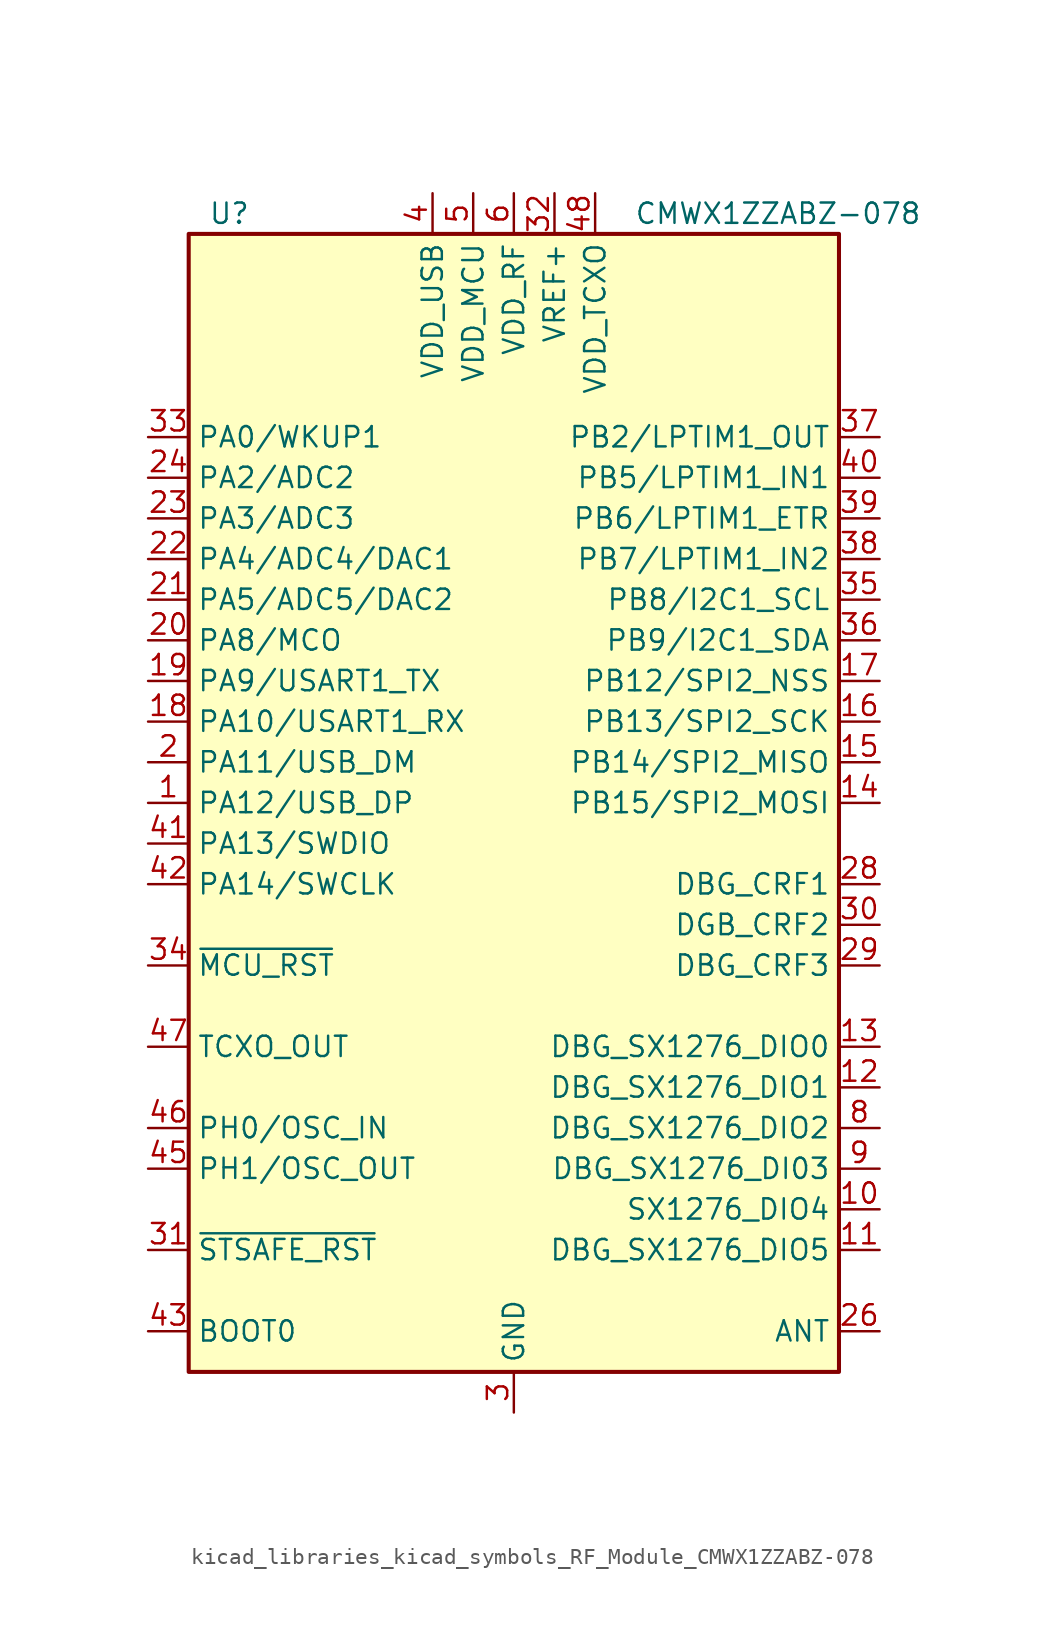
<source format=kicad_sym>
(kicad_symbol_lib
  (version 20220914)
  (generator kicad_symbol_editor)
  (symbol "kicad_libraries_kicad_symbols_RF_Module_CMWX1ZZABZ-078"
    (property "Reference" "U"
      (at -17.78 36.83 0)
      (effects (font (size 1.27 1.27))))
    (property "Value" "CMWX1ZZABZ-078"
      (at 16.51 36.83 0)
      (effects (font (size 1.27 1.27))))
    (symbol "kicad_libraries_kicad_symbols_RF_Module_CMWX1ZZABZ-078_0_1"
      (rectangle (start -20.32 35.56) (end 20.32 -35.56) (stroke (width 0.254) (type default)) (fill (type background))))
    (symbol "kicad_libraries_kicad_symbols_RF_Module_CMWX1ZZABZ-078_1_1"
      (pin bidirectional line (at -22.86 0 0) (length 2.54) (name "PA12/USB_DP" (effects (font (size 1.27 1.27)))) (number "1" (effects (font (size 1.27 1.27)))))
      (pin bidirectional line (at 22.86 -25.4 180) (length 2.54) (name "SX1276_DIO4" (effects (font (size 1.27 1.27)))) (number "10" (effects (font (size 1.27 1.27)))))
      (pin bidirectional line (at 22.86 -27.94 180) (length 2.54) (name "DBG_SX1276_DIO5" (effects (font (size 1.27 1.27)))) (number "11" (effects (font (size 1.27 1.27)))))
      (pin bidirectional line (at 22.86 -17.78 180) (length 2.54) (name "DBG_SX1276_DIO1" (effects (font (size 1.27 1.27)))) (number "12" (effects (font (size 1.27 1.27)))))
      (pin bidirectional line (at 22.86 -15.24 180) (length 2.54) (name "DBG_SX1276_DIO0" (effects (font (size 1.27 1.27)))) (number "13" (effects (font (size 1.27 1.27)))))
      (pin bidirectional line (at 22.86 0 180) (length 2.54) (name "PB15/SPI2_MOSI" (effects (font (size 1.27 1.27)))) (number "14" (effects (font (size 1.27 1.27)))))
      (pin bidirectional line (at 22.86 2.54 180) (length 2.54) (name "PB14/SPI2_MISO" (effects (font (size 1.27 1.27)))) (number "15" (effects (font (size 1.27 1.27)))))
      (pin bidirectional line (at 22.86 5.08 180) (length 2.54) (name "PB13/SPI2_SCK" (effects (font (size 1.27 1.27)))) (number "16" (effects (font (size 1.27 1.27)))))
      (pin bidirectional line (at 22.86 7.62 180) (length 2.54) (name "PB12/SPI2_NSS" (effects (font (size 1.27 1.27)))) (number "17" (effects (font (size 1.27 1.27)))))
      (pin bidirectional line (at -22.86 5.08 0) (length 2.54) (name "PA10/USART1_RX" (effects (font (size 1.27 1.27)))) (number "18" (effects (font (size 1.27 1.27)))))
      (pin bidirectional line (at -22.86 7.62 0) (length 2.54) (name "PA9/USART1_TX" (effects (font (size 1.27 1.27)))) (number "19" (effects (font (size 1.27 1.27)))))
      (pin bidirectional line (at -22.86 2.54 0) (length 2.54) (name "PA11/USB_DM" (effects (font (size 1.27 1.27)))) (number "2" (effects (font (size 1.27 1.27)))))
      (pin bidirectional line (at -22.86 10.16 0) (length 2.54) (name "PA8/MCO" (effects (font (size 1.27 1.27)))) (number "20" (effects (font (size 1.27 1.27)))))
      (pin bidirectional line (at -22.86 12.7 0) (length 2.54) (name "PA5/ADC5/DAC2" (effects (font (size 1.27 1.27)))) (number "21" (effects (font (size 1.27 1.27)))))
      (pin bidirectional line (at -22.86 15.24 0) (length 2.54) (name "PA4/ADC4/DAC1" (effects (font (size 1.27 1.27)))) (number "22" (effects (font (size 1.27 1.27)))))
      (pin bidirectional line (at -22.86 17.78 0) (length 2.54) (name "PA3/ADC3" (effects (font (size 1.27 1.27)))) (number "23" (effects (font (size 1.27 1.27)))))
      (pin bidirectional line (at -22.86 20.32 0) (length 2.54) (name "PA2/ADC2" (effects (font (size 1.27 1.27)))) (number "24" (effects (font (size 1.27 1.27)))))
      (pin passive line (at 0 -38.1 90) (length 2.54) hide (name "GND" (effects (font (size 1.27 1.27)))) (number "25" (effects (font (size 1.27 1.27)))))
      (pin passive line (at 22.86 -33.02 180) (length 2.54) (name "ANT" (effects (font (size 1.27 1.27)))) (number "26" (effects (font (size 1.27 1.27)))))
      (pin passive line (at 0 -38.1 90) (length 2.54) hide (name "GND" (effects (font (size 1.27 1.27)))) (number "27" (effects (font (size 1.27 1.27)))))
      (pin passive line (at 22.86 -5.08 180) (length 2.54) (name "DBG_CRF1" (effects (font (size 1.27 1.27)))) (number "28" (effects (font (size 1.27 1.27)))))
      (pin passive line (at 22.86 -10.16 180) (length 2.54) (name "DBG_CRF3" (effects (font (size 1.27 1.27)))) (number "29" (effects (font (size 1.27 1.27)))))
      (pin power_in line (at 0 -38.1 90) (length 2.54) (name "GND" (effects (font (size 1.27 1.27)))) (number "3" (effects (font (size 1.27 1.27)))))
      (pin passive line (at 22.86 -7.62 180) (length 2.54) (name "DGB_CRF2" (effects (font (size 1.27 1.27)))) (number "30" (effects (font (size 1.27 1.27)))))
      (pin passive line (at -22.86 -27.94 0) (length 2.54) (name "~{STSAFE_RST}" (effects (font (size 1.27 1.27)))) (number "31" (effects (font (size 1.27 1.27)))))
      (pin power_in line (at 2.54 38.1 270) (length 2.54) (name "VREF+" (effects (font (size 1.27 1.27)))) (number "32" (effects (font (size 1.27 1.27)))))
      (pin bidirectional line (at -22.86 22.86 0) (length 2.54) (name "PA0/WKUP1" (effects (font (size 1.27 1.27)))) (number "33" (effects (font (size 1.27 1.27)))))
      (pin input line (at -22.86 -10.16 0) (length 2.54) (name "~{MCU_RST}" (effects (font (size 1.27 1.27)))) (number "34" (effects (font (size 1.27 1.27)))))
      (pin bidirectional line (at 22.86 12.7 180) (length 2.54) (name "PB8/I2C1_SCL" (effects (font (size 1.27 1.27)))) (number "35" (effects (font (size 1.27 1.27)))))
      (pin bidirectional line (at 22.86 10.16 180) (length 2.54) (name "PB9/I2C1_SDA" (effects (font (size 1.27 1.27)))) (number "36" (effects (font (size 1.27 1.27)))))
      (pin bidirectional line (at 22.86 22.86 180) (length 2.54) (name "PB2/LPTIM1_OUT" (effects (font (size 1.27 1.27)))) (number "37" (effects (font (size 1.27 1.27)))))
      (pin bidirectional line (at 22.86 15.24 180) (length 2.54) (name "PB7/LPTIM1_IN2" (effects (font (size 1.27 1.27)))) (number "38" (effects (font (size 1.27 1.27)))))
      (pin bidirectional line (at 22.86 17.78 180) (length 2.54) (name "PB6/LPTIM1_ETR" (effects (font (size 1.27 1.27)))) (number "39" (effects (font (size 1.27 1.27)))))
      (pin power_in line (at -5.08 38.1 270) (length 2.54) (name "VDD_USB" (effects (font (size 1.27 1.27)))) (number "4" (effects (font (size 1.27 1.27)))))
      (pin bidirectional line (at 22.86 20.32 180) (length 2.54) (name "PB5/LPTIM1_IN1" (effects (font (size 1.27 1.27)))) (number "40" (effects (font (size 1.27 1.27)))))
      (pin bidirectional line (at -22.86 -2.54 0) (length 2.54) (name "PA13/SWDIO" (effects (font (size 1.27 1.27)))) (number "41" (effects (font (size 1.27 1.27)))))
      (pin bidirectional line (at -22.86 -5.08 0) (length 2.54) (name "PA14/SWCLK" (effects (font (size 1.27 1.27)))) (number "42" (effects (font (size 1.27 1.27)))))
      (pin input line (at -22.86 -33.02 0) (length 2.54) (name "BOOT0" (effects (font (size 1.27 1.27)))) (number "43" (effects (font (size 1.27 1.27)))))
      (pin passive line (at 0 -38.1 90) (length 2.54) hide (name "GND" (effects (font (size 1.27 1.27)))) (number "44" (effects (font (size 1.27 1.27)))))
      (pin bidirectional line (at -22.86 -22.86 0) (length 2.54) (name "PH1/OSC_OUT" (effects (font (size 1.27 1.27)))) (number "45" (effects (font (size 1.27 1.27)))))
      (pin bidirectional line (at -22.86 -20.32 0) (length 2.54) (name "PH0/OSC_IN" (effects (font (size 1.27 1.27)))) (number "46" (effects (font (size 1.27 1.27)))))
      (pin output line (at -22.86 -15.24 0) (length 2.54) (name "TCXO_OUT" (effects (font (size 1.27 1.27)))) (number "47" (effects (font (size 1.27 1.27)))))
      (pin power_in line (at 5.08 38.1 270) (length 2.54) (name "VDD_TCXO" (effects (font (size 1.27 1.27)))) (number "48" (effects (font (size 1.27 1.27)))))
      (pin passive line (at 0 -38.1 90) (length 2.54) hide (name "GND" (effects (font (size 1.27 1.27)))) (number "49" (effects (font (size 1.27 1.27)))))
      (pin power_in line (at -2.54 38.1 270) (length 2.54) (name "VDD_MCU" (effects (font (size 1.27 1.27)))) (number "5" (effects (font (size 1.27 1.27)))))
      (pin passive line (at 0 -38.1 90) (length 2.54) hide (name "GND" (effects (font (size 1.27 1.27)))) (number "50" (effects (font (size 1.27 1.27)))))
      (pin passive line (at 0 -38.1 90) (length 2.54) hide (name "GND" (effects (font (size 1.27 1.27)))) (number "51" (effects (font (size 1.27 1.27)))))
      (pin passive line (at 0 -38.1 90) (length 2.54) hide (name "GND" (effects (font (size 1.27 1.27)))) (number "52" (effects (font (size 1.27 1.27)))))
      (pin passive line (at 0 -38.1 90) (length 2.54) hide (name "GND" (effects (font (size 1.27 1.27)))) (number "53" (effects (font (size 1.27 1.27)))))
      (pin passive line (at 0 -38.1 90) (length 2.54) hide (name "GND" (effects (font (size 1.27 1.27)))) (number "54" (effects (font (size 1.27 1.27)))))
      (pin passive line (at 0 -38.1 90) (length 2.54) hide (name "GND" (effects (font (size 1.27 1.27)))) (number "55" (effects (font (size 1.27 1.27)))))
      (pin passive line (at 0 -38.1 90) (length 2.54) hide (name "GND" (effects (font (size 1.27 1.27)))) (number "56" (effects (font (size 1.27 1.27)))))
      (pin passive line (at 0 -38.1 90) (length 2.54) hide (name "GND" (effects (font (size 1.27 1.27)))) (number "57" (effects (font (size 1.27 1.27)))))
      (pin power_in line (at 0 38.1 270) (length 2.54) (name "VDD_RF" (effects (font (size 1.27 1.27)))) (number "6" (effects (font (size 1.27 1.27)))))
      (pin passive line (at 0 -38.1 90) (length 2.54) hide (name "GND" (effects (font (size 1.27 1.27)))) (number "7" (effects (font (size 1.27 1.27)))))
      (pin bidirectional line (at 22.86 -20.32 180) (length 2.54) (name "DBG_SX1276_DIO2" (effects (font (size 1.27 1.27)))) (number "8" (effects (font (size 1.27 1.27)))))
      (pin bidirectional line (at 22.86 -22.86 180) (length 2.54) (name "DBG_SX1276_DI03" (effects (font (size 1.27 1.27)))) (number "9" (effects (font (size 1.27 1.27))))))))
</source>
